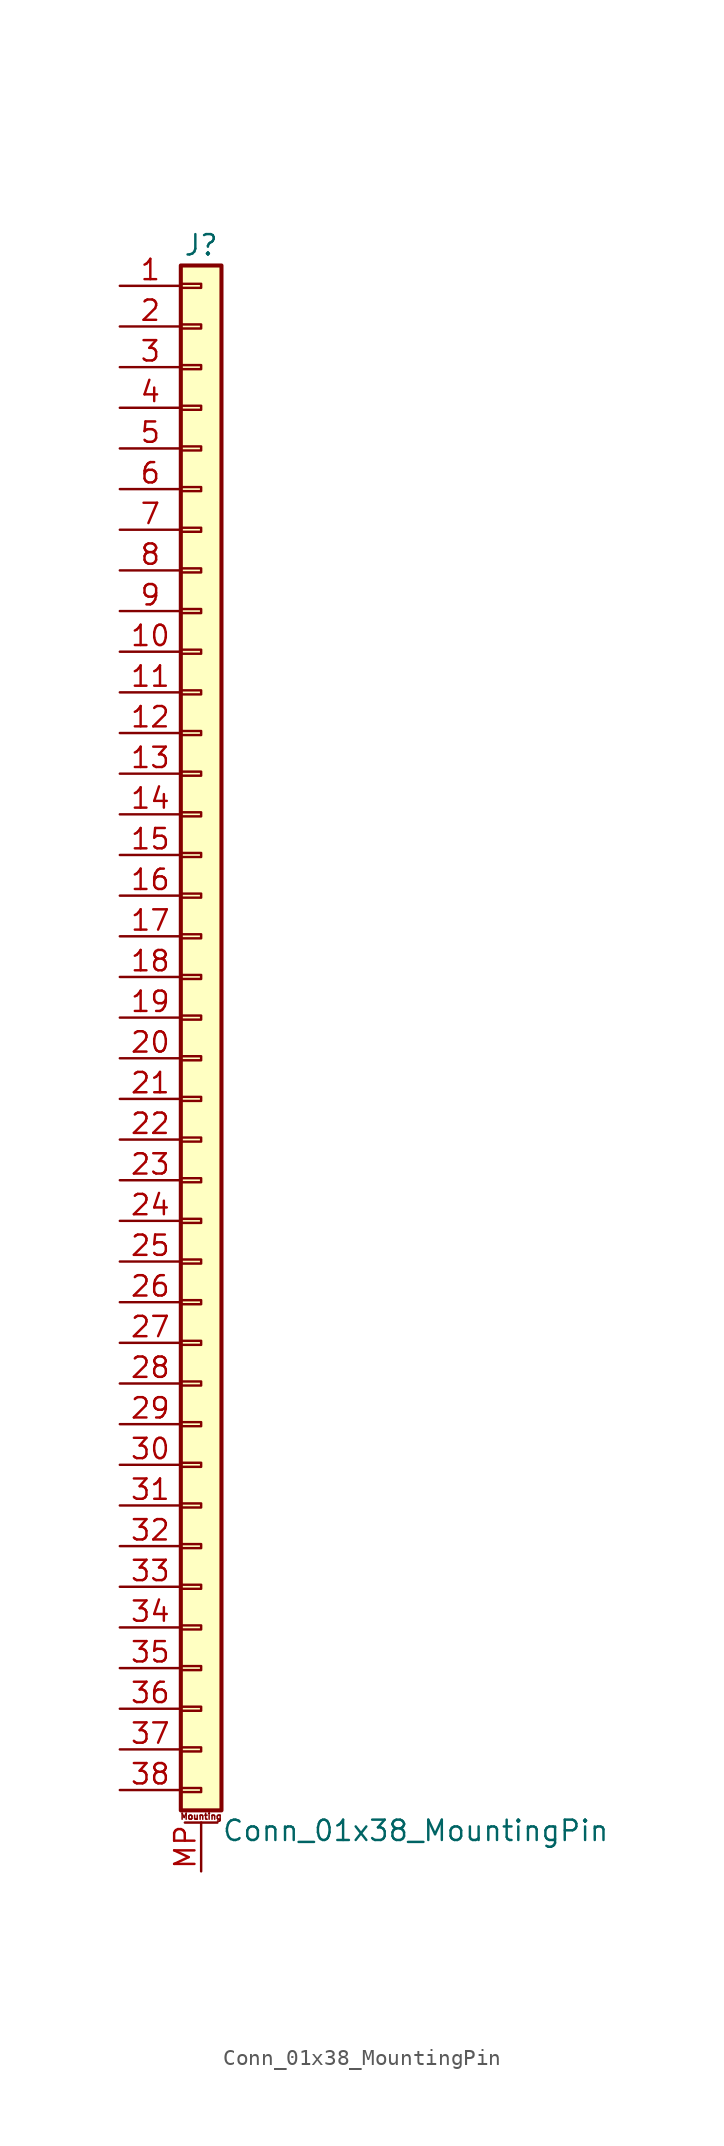
<source format=kicad_sym>
(kicad_symbol_lib
  (version 20220914)
  (generator kicad_symbol_editor)
  (symbol "Conn_01x38_MountingPin"
    (pin_names
      (offset 1.016) hide)
    (property "Reference" "J"
      (at 0 48.26 0)
      (effects (font (size 1.27 1.27))))
    (property "Value" "Conn_01x38_MountingPin"
      (at 1.27 -50.8 0)
      (effects (font (size 1.27 1.27)) (justify left)))
    (symbol "Conn_01x38_MountingPin_1_1"
      (rectangle (start -1.27 -48.133) (end 0 -48.387) (stroke (width 0.152) (type default)) (fill (type none)))
      (rectangle (start -1.27 -45.593) (end 0 -45.847) (stroke (width 0.152) (type default)) (fill (type none)))
      (rectangle (start -1.27 -43.053) (end 0 -43.307) (stroke (width 0.152) (type default)) (fill (type none)))
      (rectangle (start -1.27 -40.513) (end 0 -40.767) (stroke (width 0.152) (type default)) (fill (type none)))
      (rectangle (start -1.27 -37.973) (end 0 -38.227) (stroke (width 0.152) (type default)) (fill (type none)))
      (rectangle (start -1.27 -35.433) (end 0 -35.687) (stroke (width 0.152) (type default)) (fill (type none)))
      (rectangle (start -1.27 -32.893) (end 0 -33.147) (stroke (width 0.152) (type default)) (fill (type none)))
      (rectangle (start -1.27 -30.353) (end 0 -30.607) (stroke (width 0.152) (type default)) (fill (type none)))
      (rectangle (start -1.27 -27.813) (end 0 -28.067) (stroke (width 0.152) (type default)) (fill (type none)))
      (rectangle (start -1.27 -25.273) (end 0 -25.527) (stroke (width 0.152) (type default)) (fill (type none)))
      (rectangle (start -1.27 -22.733) (end 0 -22.987) (stroke (width 0.152) (type default)) (fill (type none)))
      (rectangle (start -1.27 -20.193) (end 0 -20.447) (stroke (width 0.152) (type default)) (fill (type none)))
      (rectangle (start -1.27 -17.653) (end 0 -17.907) (stroke (width 0.152) (type default)) (fill (type none)))
      (rectangle (start -1.27 -15.113) (end 0 -15.367) (stroke (width 0.152) (type default)) (fill (type none)))
      (rectangle (start -1.27 -12.573) (end 0 -12.827) (stroke (width 0.152) (type default)) (fill (type none)))
      (rectangle (start -1.27 -10.033) (end 0 -10.287) (stroke (width 0.152) (type default)) (fill (type none)))
      (rectangle (start -1.27 -7.493) (end 0 -7.747) (stroke (width 0.152) (type default)) (fill (type none)))
      (rectangle (start -1.27 -4.953) (end 0 -5.207) (stroke (width 0.152) (type default)) (fill (type none)))
      (rectangle (start -1.27 -2.413) (end 0 -2.667) (stroke (width 0.152) (type default)) (fill (type none)))
      (rectangle (start -1.27 0.127) (end 0 -0.127) (stroke (width 0.152) (type default)) (fill (type none)))
      (rectangle (start -1.27 2.667) (end 0 2.413) (stroke (width 0.152) (type default)) (fill (type none)))
      (rectangle (start -1.27 5.207) (end 0 4.953) (stroke (width 0.152) (type default)) (fill (type none)))
      (rectangle (start -1.27 7.747) (end 0 7.493) (stroke (width 0.152) (type default)) (fill (type none)))
      (rectangle (start -1.27 10.287) (end 0 10.033) (stroke (width 0.152) (type default)) (fill (type none)))
      (rectangle (start -1.27 12.827) (end 0 12.573) (stroke (width 0.152) (type default)) (fill (type none)))
      (rectangle (start -1.27 15.367) (end 0 15.113) (stroke (width 0.152) (type default)) (fill (type none)))
      (rectangle (start -1.27 17.907) (end 0 17.653) (stroke (width 0.152) (type default)) (fill (type none)))
      (rectangle (start -1.27 20.447) (end 0 20.193) (stroke (width 0.152) (type default)) (fill (type none)))
      (rectangle (start -1.27 22.987) (end 0 22.733) (stroke (width 0.152) (type default)) (fill (type none)))
      (rectangle (start -1.27 25.527) (end 0 25.273) (stroke (width 0.152) (type default)) (fill (type none)))
      (rectangle (start -1.27 28.067) (end 0 27.813) (stroke (width 0.152) (type default)) (fill (type none)))
      (rectangle (start -1.27 30.607) (end 0 30.353) (stroke (width 0.152) (type default)) (fill (type none)))
      (rectangle (start -1.27 33.147) (end 0 32.893) (stroke (width 0.152) (type default)) (fill (type none)))
      (rectangle (start -1.27 35.687) (end 0 35.433) (stroke (width 0.152) (type default)) (fill (type none)))
      (rectangle (start -1.27 38.227) (end 0 37.973) (stroke (width 0.152) (type default)) (fill (type none)))
      (rectangle (start -1.27 40.767) (end 0 40.513) (stroke (width 0.152) (type default)) (fill (type none)))
      (rectangle (start -1.27 43.307) (end 0 43.053) (stroke (width 0.152) (type default)) (fill (type none)))
      (rectangle (start -1.27 45.847) (end 0 45.593) (stroke (width 0.152) (type default)) (fill (type none)))
      (rectangle (start -1.27 46.99) (end 1.27 -49.53) (stroke (width 0.254) (type default)) (fill (type background)))
      (polyline (pts (xy -1.016 -50.292) (xy 1.016 -50.292)) (stroke (width 0.152) (type default)) (fill (type none)))
      (text "Mounting" (at 0 -49.911 0) (effects (font (size 0.381 0.381))))
      (pin passive line (at -5.08 45.72 0) (length 3.81) (name "Pin_1" (effects (font (size 1.27 1.27)))) (number "1" (effects (font (size 1.27 1.27)))))
      (pin passive line (at -5.08 22.86 0) (length 3.81) (name "Pin_10" (effects (font (size 1.27 1.27)))) (number "10" (effects (font (size 1.27 1.27)))))
      (pin passive line (at -5.08 20.32 0) (length 3.81) (name "Pin_11" (effects (font (size 1.27 1.27)))) (number "11" (effects (font (size 1.27 1.27)))))
      (pin passive line (at -5.08 17.78 0) (length 3.81) (name "Pin_12" (effects (font (size 1.27 1.27)))) (number "12" (effects (font (size 1.27 1.27)))))
      (pin passive line (at -5.08 15.24 0) (length 3.81) (name "Pin_13" (effects (font (size 1.27 1.27)))) (number "13" (effects (font (size 1.27 1.27)))))
      (pin passive line (at -5.08 12.7 0) (length 3.81) (name "Pin_14" (effects (font (size 1.27 1.27)))) (number "14" (effects (font (size 1.27 1.27)))))
      (pin passive line (at -5.08 10.16 0) (length 3.81) (name "Pin_15" (effects (font (size 1.27 1.27)))) (number "15" (effects (font (size 1.27 1.27)))))
      (pin passive line (at -5.08 7.62 0) (length 3.81) (name "Pin_16" (effects (font (size 1.27 1.27)))) (number "16" (effects (font (size 1.27 1.27)))))
      (pin passive line (at -5.08 5.08 0) (length 3.81) (name "Pin_17" (effects (font (size 1.27 1.27)))) (number "17" (effects (font (size 1.27 1.27)))))
      (pin passive line (at -5.08 2.54 0) (length 3.81) (name "Pin_18" (effects (font (size 1.27 1.27)))) (number "18" (effects (font (size 1.27 1.27)))))
      (pin passive line (at -5.08 0 0) (length 3.81) (name "Pin_19" (effects (font (size 1.27 1.27)))) (number "19" (effects (font (size 1.27 1.27)))))
      (pin passive line (at -5.08 43.18 0) (length 3.81) (name "Pin_2" (effects (font (size 1.27 1.27)))) (number "2" (effects (font (size 1.27 1.27)))))
      (pin passive line (at -5.08 -2.54 0) (length 3.81) (name "Pin_20" (effects (font (size 1.27 1.27)))) (number "20" (effects (font (size 1.27 1.27)))))
      (pin passive line (at -5.08 -5.08 0) (length 3.81) (name "Pin_21" (effects (font (size 1.27 1.27)))) (number "21" (effects (font (size 1.27 1.27)))))
      (pin passive line (at -5.08 -7.62 0) (length 3.81) (name "Pin_22" (effects (font (size 1.27 1.27)))) (number "22" (effects (font (size 1.27 1.27)))))
      (pin passive line (at -5.08 -10.16 0) (length 3.81) (name "Pin_23" (effects (font (size 1.27 1.27)))) (number "23" (effects (font (size 1.27 1.27)))))
      (pin passive line (at -5.08 -12.7 0) (length 3.81) (name "Pin_24" (effects (font (size 1.27 1.27)))) (number "24" (effects (font (size 1.27 1.27)))))
      (pin passive line (at -5.08 -15.24 0) (length 3.81) (name "Pin_25" (effects (font (size 1.27 1.27)))) (number "25" (effects (font (size 1.27 1.27)))))
      (pin passive line (at -5.08 -17.78 0) (length 3.81) (name "Pin_26" (effects (font (size 1.27 1.27)))) (number "26" (effects (font (size 1.27 1.27)))))
      (pin passive line (at -5.08 -20.32 0) (length 3.81) (name "Pin_27" (effects (font (size 1.27 1.27)))) (number "27" (effects (font (size 1.27 1.27)))))
      (pin passive line (at -5.08 -22.86 0) (length 3.81) (name "Pin_28" (effects (font (size 1.27 1.27)))) (number "28" (effects (font (size 1.27 1.27)))))
      (pin passive line (at -5.08 -25.4 0) (length 3.81) (name "Pin_29" (effects (font (size 1.27 1.27)))) (number "29" (effects (font (size 1.27 1.27)))))
      (pin passive line (at -5.08 40.64 0) (length 3.81) (name "Pin_3" (effects (font (size 1.27 1.27)))) (number "3" (effects (font (size 1.27 1.27)))))
      (pin passive line (at -5.08 -27.94 0) (length 3.81) (name "Pin_30" (effects (font (size 1.27 1.27)))) (number "30" (effects (font (size 1.27 1.27)))))
      (pin passive line (at -5.08 -30.48 0) (length 3.81) (name "Pin_31" (effects (font (size 1.27 1.27)))) (number "31" (effects (font (size 1.27 1.27)))))
      (pin passive line (at -5.08 -33.02 0) (length 3.81) (name "Pin_32" (effects (font (size 1.27 1.27)))) (number "32" (effects (font (size 1.27 1.27)))))
      (pin passive line (at -5.08 -35.56 0) (length 3.81) (name "Pin_33" (effects (font (size 1.27 1.27)))) (number "33" (effects (font (size 1.27 1.27)))))
      (pin passive line (at -5.08 -38.1 0) (length 3.81) (name "Pin_34" (effects (font (size 1.27 1.27)))) (number "34" (effects (font (size 1.27 1.27)))))
      (pin passive line (at -5.08 -40.64 0) (length 3.81) (name "Pin_35" (effects (font (size 1.27 1.27)))) (number "35" (effects (font (size 1.27 1.27)))))
      (pin passive line (at -5.08 -43.18 0) (length 3.81) (name "Pin_36" (effects (font (size 1.27 1.27)))) (number "36" (effects (font (size 1.27 1.27)))))
      (pin passive line (at -5.08 -45.72 0) (length 3.81) (name "Pin_37" (effects (font (size 1.27 1.27)))) (number "37" (effects (font (size 1.27 1.27)))))
      (pin passive line (at -5.08 -48.26 0) (length 3.81) (name "Pin_38" (effects (font (size 1.27 1.27)))) (number "38" (effects (font (size 1.27 1.27)))))
      (pin passive line (at -5.08 38.1 0) (length 3.81) (name "Pin_4" (effects (font (size 1.27 1.27)))) (number "4" (effects (font (size 1.27 1.27)))))
      (pin passive line (at -5.08 35.56 0) (length 3.81) (name "Pin_5" (effects (font (size 1.27 1.27)))) (number "5" (effects (font (size 1.27 1.27)))))
      (pin passive line (at -5.08 33.02 0) (length 3.81) (name "Pin_6" (effects (font (size 1.27 1.27)))) (number "6" (effects (font (size 1.27 1.27)))))
      (pin passive line (at -5.08 30.48 0) (length 3.81) (name "Pin_7" (effects (font (size 1.27 1.27)))) (number "7" (effects (font (size 1.27 1.27)))))
      (pin passive line (at -5.08 27.94 0) (length 3.81) (name "Pin_8" (effects (font (size 1.27 1.27)))) (number "8" (effects (font (size 1.27 1.27)))))
      (pin passive line (at -5.08 25.4 0) (length 3.81) (name "Pin_9" (effects (font (size 1.27 1.27)))) (number "9" (effects (font (size 1.27 1.27)))))
      (pin passive line (at 0 -53.34 90) (length 3.048) (name "MountPin" (effects (font (size 1.27 1.27)))) (number "MP" (effects (font (size 1.27 1.27))))))))
</source>
